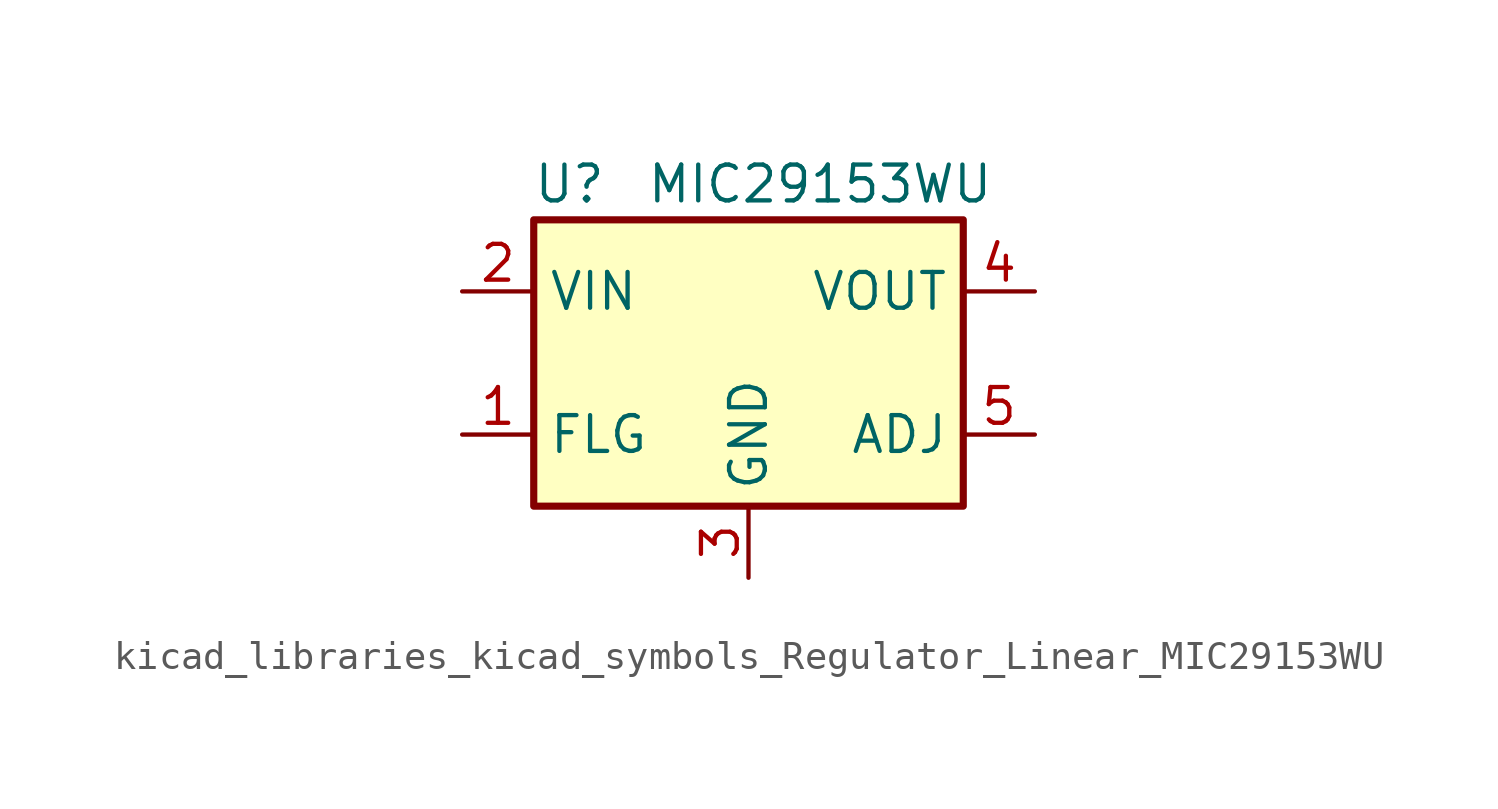
<source format=kicad_sym>
(kicad_symbol_lib
  (version 20220914)
  (generator kicad_symbol_editor)
  (symbol "kicad_libraries_kicad_symbols_Regulator_Linear_MIC29153WU"
    (property "Reference" "U"
      (at -6.35 6.35 0)
      (effects (font (size 1.27 1.27))))
    (property "Value" "MIC29153WU"
      (at 2.54 6.35 0)
      (effects (font (size 1.27 1.27))))
    (symbol "kicad_libraries_kicad_symbols_Regulator_Linear_MIC29153WU_1_1"
      (rectangle (start -7.62 5.08) (end 7.62 -5.08) (stroke (width 0.254) (type default)) (fill (type background)))
      (pin open_collector line (at -10.16 -2.54 0) (length 2.54) (name "FLG" (effects (font (size 1.27 1.27)))) (number "1" (effects (font (size 1.27 1.27)))))
      (pin power_in line (at -10.16 2.54 0) (length 2.54) (name "VIN" (effects (font (size 1.27 1.27)))) (number "2" (effects (font (size 1.27 1.27)))))
      (pin power_in line (at 0 -7.62 90) (length 2.54) (name "GND" (effects (font (size 1.27 1.27)))) (number "3" (effects (font (size 1.27 1.27)))))
      (pin power_out line (at 10.16 2.54 180) (length 2.54) (name "VOUT" (effects (font (size 1.27 1.27)))) (number "4" (effects (font (size 1.27 1.27)))))
      (pin input line (at 10.16 -2.54 180) (length 2.54) (name "ADJ" (effects (font (size 1.27 1.27)))) (number "5" (effects (font (size 1.27 1.27))))))))
</source>
